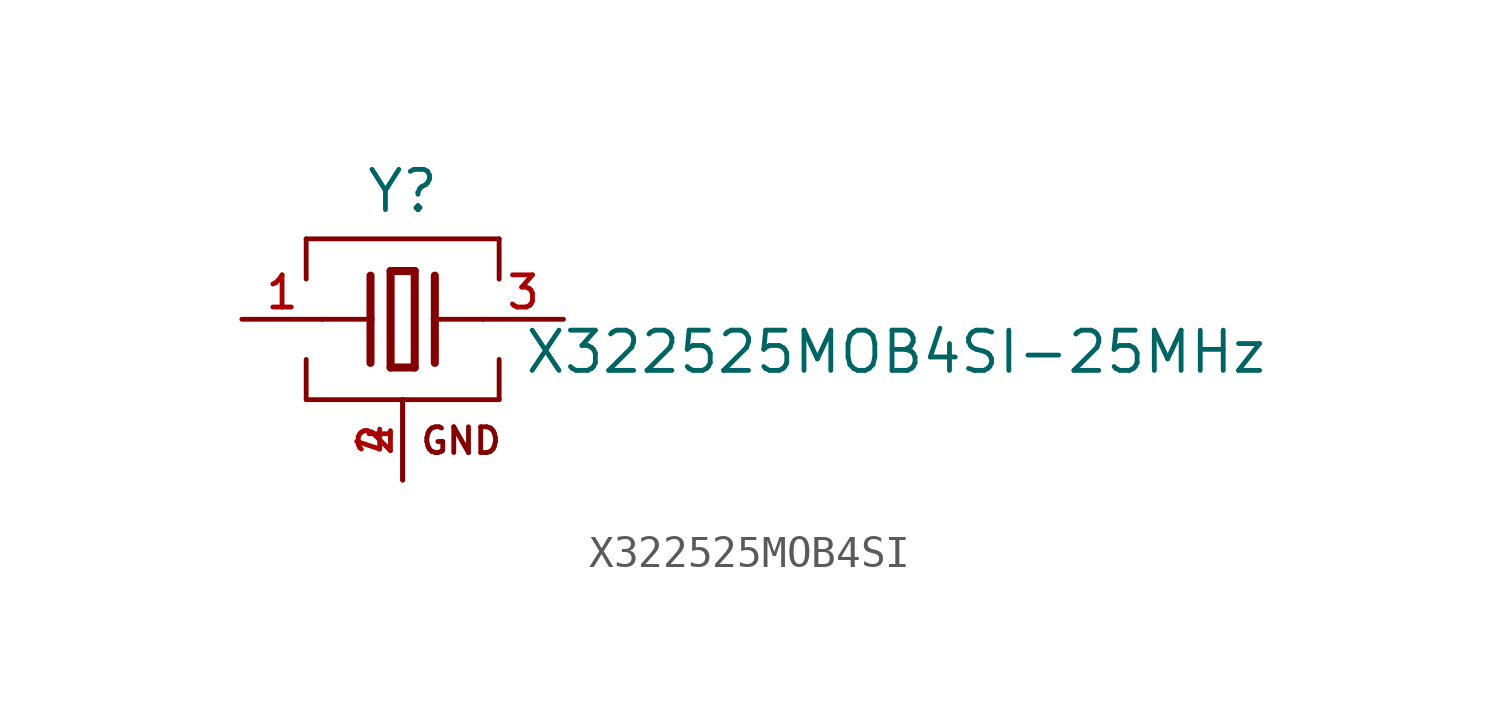
<source format=kicad_sym>
(kicad_symbol_lib
  (version 20241209)
  (generator "kicad_symbol_editor")
  (generator_version "9.0")
  (symbol "X322525MOB4SI"
    (pin_names
      (offset 1.016))
    (property "Reference" "Y"
      (at 0 3.302 0)
      (effects (font (size 1.27 1.27)) (justify bottom)))
    (property "Value" "X322525MOB4SI-25MHz"
      (at 3.81 -1.778 0)
      (effects (font (size 1.27 1.27)) (justify left bottom)))
    (symbol "X322525MOB4SI_0_0"
      (polyline (pts (xy -3.048 2.54) (xy -3.048 1.27)) (stroke (width 0.152) (type default)) (fill (type none)))
      (polyline (pts (xy -3.048 2.54) (xy 3.048 2.54)) (stroke (width 0.152) (type default)) (fill (type none)))
      (polyline (pts (xy -3.048 -1.27) (xy -3.048 -2.54)) (stroke (width 0.152) (type default)) (fill (type none)))
      (polyline (pts (xy -2.54 0) (xy -1.016 0)) (stroke (width 0.152) (type default)) (fill (type none)))
      (polyline (pts (xy -1.016 1.378) (xy -1.016 0)) (stroke (width 0.254) (type default)) (fill (type none)))
      (polyline (pts (xy -1.016 0) (xy -1.016 -1.378)) (stroke (width 0.254) (type default)) (fill (type none)))
      (polyline (pts (xy -0.381 1.524) (xy -0.381 -1.524)) (stroke (width 0.254) (type default)) (fill (type none)))
      (polyline (pts (xy -0.381 -1.524) (xy 0.381 -1.524)) (stroke (width 0.254) (type default)) (fill (type none)))
      (polyline (pts (xy 0.381 1.524) (xy -0.381 1.524)) (stroke (width 0.254) (type default)) (fill (type none)))
      (polyline (pts (xy 0.381 -1.524) (xy 0.381 1.524)) (stroke (width 0.254) (type default)) (fill (type none)))
      (polyline (pts (xy 1.016 1.378) (xy 1.016 0)) (stroke (width 0.254) (type default)) (fill (type none)))
      (polyline (pts (xy 1.016 0) (xy 1.016 -1.378)) (stroke (width 0.254) (type default)) (fill (type none)))
      (polyline (pts (xy 1.016 0) (xy 2.54 0)) (stroke (width 0.152) (type default)) (fill (type none)))
      (polyline (pts (xy 3.048 2.54) (xy 3.048 1.27)) (stroke (width 0.152) (type default)) (fill (type none)))
      (polyline (pts (xy 3.048 -2.54) (xy -3.048 -2.54)) (stroke (width 0.152) (type default)) (fill (type none)))
      (polyline (pts (xy 3.048 -2.54) (xy 3.048 -1.27)) (stroke (width 0.152) (type default)) (fill (type none)))
      (text "GND" (at 0.508 -4.318 0) (effects (font (size 0.813 0.813)) (justify left bottom)))
      (pin passive line (at -5.08 0 0) (length 2.54) (name "~" (effects (font (size 1.016 1.016)))) (number "1" (effects (font (size 1.016 1.016)))))
      (pin passive line (at 0 -5.08 90) (length 2.54) (name "~" (effects (font (size 1.016 1.016)))) (number "2" (effects (font (size 1.016 1.016)))))
      (pin passive line (at 0 -5.08 90) (length 2.54) (name "~" (effects (font (size 1.016 1.016)))) (number "4" (effects (font (size 1.016 1.016)))))
      (pin passive line (at 5.08 0 180) (length 2.54) (name "~" (effects (font (size 1.016 1.016)))) (number "3" (effects (font (size 1.016 1.016))))))))
</source>
